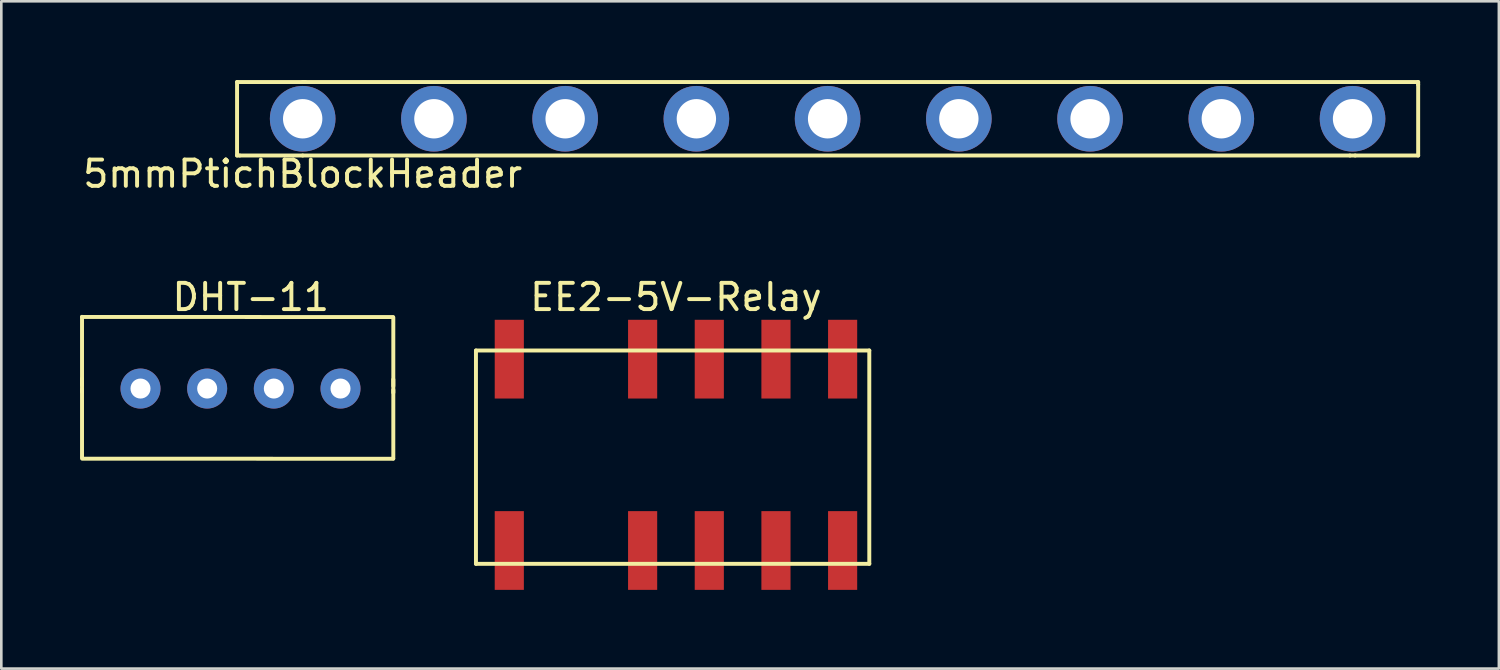
<source format=kicad_pcb>
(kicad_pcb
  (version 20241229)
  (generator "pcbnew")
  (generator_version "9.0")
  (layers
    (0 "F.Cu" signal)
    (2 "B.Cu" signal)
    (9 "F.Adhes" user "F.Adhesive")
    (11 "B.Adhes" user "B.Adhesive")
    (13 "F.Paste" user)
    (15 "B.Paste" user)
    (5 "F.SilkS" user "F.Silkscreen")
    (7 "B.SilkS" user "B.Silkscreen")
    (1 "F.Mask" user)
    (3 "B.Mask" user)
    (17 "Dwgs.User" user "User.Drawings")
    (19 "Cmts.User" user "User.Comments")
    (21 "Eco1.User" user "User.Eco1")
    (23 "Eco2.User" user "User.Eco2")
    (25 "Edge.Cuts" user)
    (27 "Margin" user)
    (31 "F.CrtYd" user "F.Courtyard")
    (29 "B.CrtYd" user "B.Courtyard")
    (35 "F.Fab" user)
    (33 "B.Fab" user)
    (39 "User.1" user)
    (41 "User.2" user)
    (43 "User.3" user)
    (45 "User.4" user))
  (footprint "5mmPtichBlockHeader"
    (layer "F.Cu")
    (at 8.482 1.475)
    (property "Reference" "5mmPtichBlockHeader" (at 0 2.1 0) (layer "F.SilkS") (effects (font (size 1 1) (thickness 0.15))))
    (attr through_hole)
    (fp_line (start -2.5 -1.4) (end 0.1 -1.4) (stroke (width 0.15) (type solid)) (layer "F.SilkS"))
    (fp_line (start -2.5 1.4) (end -2.5 -1.4) (stroke (width 0.15) (type solid)) (layer "F.SilkS"))
    (fp_line (start -2.4 1.4) (end -2.5 1.4) (stroke (width 0.15) (type solid)) (layer "F.SilkS"))
    (fp_line (start 0 -1.4) (end 40.2 -1.4) (stroke (width 0.15) (type solid)) (layer "F.SilkS"))
    (fp_line (start 0 1.4) (end -2.4 1.4) (stroke (width 0.15) (type solid)) (layer "F.SilkS"))
    (fp_line (start 0 1.4) (end 39.9 1.4) (stroke (width 0.15) (type solid)) (layer "F.SilkS"))
    (fp_line (start 39.9 1.4) (end 40.1 1.4) (stroke (width 0.15) (type solid)) (layer "F.SilkS"))
    (fp_line (start 40.1 1.4) (end 42.5 1.4) (stroke (width 0.15) (type solid)) (layer "F.SilkS"))
    (fp_line (start 42.5 -1.4) (end 40.2 -1.4) (stroke (width 0.15) (type solid)) (layer "F.SilkS"))
    (fp_line (start 42.5 -1.3) (end 42.5 -1.4) (stroke (width 0.15) (type solid)) (layer "F.SilkS"))
    (fp_line (start 42.5 1.4) (end 42.5 -1.3) (stroke (width 0.15) (type solid)) (layer "F.SilkS"))
    (pad "1" thru_hole circle (at 0 0) (size 2.5 2.5) (drill 1.5) (layers "*.Cu" "*.Mask"))
    (pad "2" thru_hole circle (at 5 0) (size 2.5 2.5) (drill 1.5) (layers "*.Cu" "*.Mask"))
    (pad "3" thru_hole circle (at 10 0) (size 2.5 2.5) (drill 1.5) (layers "*.Cu" "*.Mask"))
    (pad "4" thru_hole circle (at 15 0) (size 2.5 2.5) (drill 1.5) (layers "*.Cu" "*.Mask"))
    (pad "5" thru_hole circle (at 20 0) (size 2.5 2.5) (drill 1.5) (layers "*.Cu" "*.Mask"))
    (pad "6" thru_hole circle (at 25 0) (size 2.5 2.5) (drill 1.5) (layers "*.Cu" "*.Mask"))
    (pad "7" thru_hole circle (at 30 0) (size 2.5 2.5) (drill 1.5) (layers "*.Cu" "*.Mask"))
    (pad "8" thru_hole circle (at 35 0) (size 2.5 2.5) (drill 1.5) (layers "*.Cu" "*.Mask"))
    (pad "9" thru_hole circle (at 40 0) (size 2.5 2.5) (drill 1.5) (layers "*.Cu" "*.Mask")))
  (footprint "EE2-5V-Relay"
    (layer "F.Cu")
    (at 16.354 17.924)
    (property "Reference" "EE2-5V-Relay" (at 6.35 -9.652 0) (layer "F.SilkS") (effects (font (size 1 1) (thickness 0.15))))
    (attr through_hole)
    (fp_line (start -1.27 -7.62) (end -1.27 0.508) (stroke (width 0.15) (type solid)) (layer "F.SilkS"))
    (fp_line (start -1.27 0.508) (end 13.716 0.508) (stroke (width 0.15) (type solid)) (layer "F.SilkS"))
    (fp_line (start 13.716 -7.62) (end -1.27 -7.62) (stroke (width 0.15) (type solid)) (layer "F.SilkS"))
    (fp_line (start 13.716 0.508) (end 13.716 -7.62) (stroke (width 0.15) (type solid)) (layer "F.SilkS"))
    (pad "1" smd rect (at 0 0) (size 1.11 3) (layers "F.Cu" "F.Mask" "F.Paste"))
    (pad "3" smd rect (at 5.08 0) (size 1.11 3) (layers "F.Cu" "F.Mask" "F.Paste"))
    (pad "4" smd rect (at 7.62 0) (size 1.11 3) (layers "F.Cu" "F.Mask" "F.Paste"))
    (pad "5" smd rect (at 10.16 0) (size 1.11 3) (layers "F.Cu" "F.Mask" "F.Paste"))
    (pad "6" smd rect (at 12.7 0) (size 1.11 3) (layers "F.Cu" "F.Mask" "F.Paste"))
    (pad "7" smd rect (at 12.7 -7.29) (size 1.11 3) (layers "F.Cu" "F.Mask" "F.Paste"))
    (pad "8" smd rect (at 10.16 -7.29) (size 1.11 3) (layers "F.Cu" "F.Mask" "F.Paste"))
    (pad "9" smd rect (at 7.62 -7.29) (size 1.11 3) (layers "F.Cu" "F.Mask" "F.Paste"))
    (pad "10" smd rect (at 5.08 -7.29) (size 1.11 3) (layers "F.Cu" "F.Mask" "F.Paste"))
    (pad "12" smd rect (at 0 -7.29) (size 1.11 3) (layers "F.Cu" "F.Mask" "F.Paste")))
  (footprint "DHT-11"
    (layer "F.Cu")
    (at 6.367 11.754)
    (property "Reference" "DHT-11" (at 0.137 -3.482 0) (layer "F.SilkS") (effects (font (size 1 1) (thickness 0.15))))
    (attr through_hole)
    (fp_line (start -6.292 -2.728) (end 5.56 -2.725) (stroke (width 0.15) (type solid)) (layer "F.SilkS"))
    (fp_line (start -6.292 -0.376) (end -6.292 0.13) (stroke (width 0.15) (type solid)) (layer "F.SilkS"))
    (fp_line (start -6.292 -0.124) (end -6.292 -2.733) (stroke (width 0.15) (type solid)) (layer "F.SilkS"))
    (fp_line (start -6.292 2.634) (end -6.292 0.025) (stroke (width 0.15) (type solid)) (layer "F.SilkS"))
    (fp_line (start -6.287 2.672) (end 5.565 2.675) (stroke (width 0.15) (type solid)) (layer "F.SilkS"))
    (fp_line (start 5.568 -0.348) (end 5.568 0.157) (stroke (width 0.15) (type solid)) (layer "F.SilkS"))
    (fp_line (start 5.568 -0.097) (end 5.568 -2.705) (stroke (width 0.15) (type solid)) (layer "F.SilkS"))
    (fp_line (start 5.568 2.662) (end 5.568 0.053) (stroke (width 0.15) (type solid)) (layer "F.SilkS"))
    (pad "1" thru_hole circle (at -4.064 0) (size 1.524 1.524) (drill 0.762) (layers "*.Cu" "*.Mask"))
    (pad "2" thru_hole circle (at -1.524 0) (size 1.524 1.524) (drill 0.762) (layers "*.Cu" "*.Mask"))
    (pad "3" thru_hole circle (at 1.016 0) (size 1.524 1.524) (drill 0.762) (layers "*.Cu" "*.Mask"))
    (pad "4" thru_hole circle (at 3.556 0) (size 1.524 1.524) (drill 0.762) (layers "*.Cu" "*.Mask")))
  (gr_rect
    (start -3 -3)
    (end 54.057 22.424)
    (stroke (width 0.1) (type default))
    (fill no)
    (layer "Edge.Cuts")))
</source>
